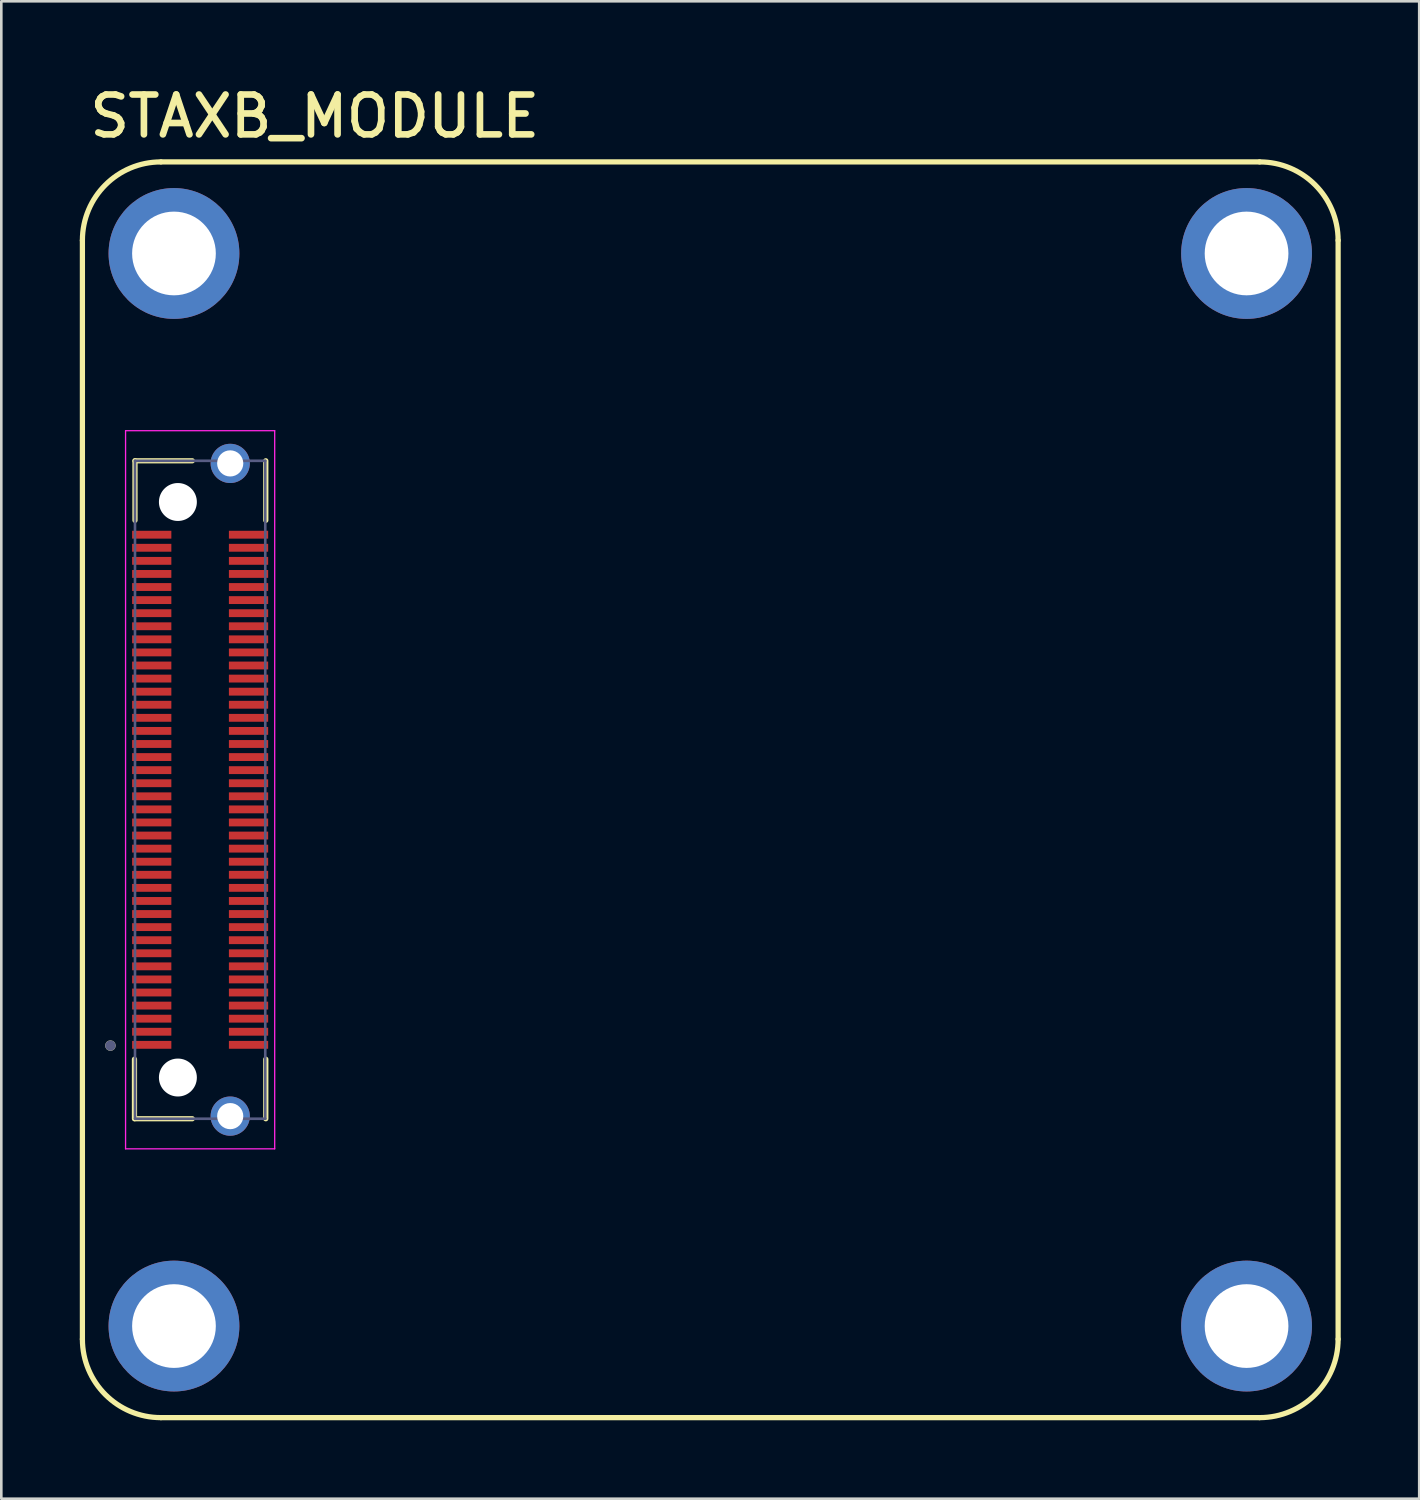
<source format=kicad_pcb>
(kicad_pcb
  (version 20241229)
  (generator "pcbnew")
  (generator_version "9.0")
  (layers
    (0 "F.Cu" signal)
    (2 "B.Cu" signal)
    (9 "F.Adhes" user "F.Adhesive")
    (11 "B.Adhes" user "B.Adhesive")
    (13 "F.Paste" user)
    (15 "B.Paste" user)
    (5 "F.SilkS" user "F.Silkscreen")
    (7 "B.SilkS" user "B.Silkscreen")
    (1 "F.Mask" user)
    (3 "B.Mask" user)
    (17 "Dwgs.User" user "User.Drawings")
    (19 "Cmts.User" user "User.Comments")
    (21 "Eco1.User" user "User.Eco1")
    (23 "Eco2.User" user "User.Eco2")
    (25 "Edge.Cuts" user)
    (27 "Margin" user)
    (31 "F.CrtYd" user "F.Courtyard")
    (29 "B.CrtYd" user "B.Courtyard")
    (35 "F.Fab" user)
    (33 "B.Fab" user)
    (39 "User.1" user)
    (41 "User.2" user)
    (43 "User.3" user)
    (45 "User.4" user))
  (footprint "STAXB_MODULE"
    (layer "F.Cu")
    (at 4.6 27.139)
    (property "Reference" "STAXB_MODULE" (at -4.348 -24.853 0) (unlocked yes) (layer "F.SilkS") (effects (font (size 1.524 1.524) (thickness 0.254)) (justify left bottom)))
    (fp_line (start -4.5 21) (end -4.5 -21) (stroke (width 0.2) (type solid)) (layer "F.SilkS"))
    (fp_line (start -2.51 12.575) (end -2.51 10.3) (stroke (width 0.2) (type solid)) (layer "F.SilkS"))
    (fp_line (start -2.49 -12.575) (end -0.3 -12.575) (stroke (width 0.2) (type solid)) (layer "F.SilkS"))
    (fp_line (start -2.49 -10.3) (end -2.49 -12.575) (stroke (width 0.2) (type solid)) (layer "F.SilkS"))
    (fp_line (start -2.49 12.575) (end -0.3 12.575) (stroke (width 0.2) (type solid)) (layer "F.SilkS"))
    (fp_line (start -1.5 -24) (end 40.5 -24) (stroke (width 0.2) (type solid)) (layer "F.SilkS"))
    (fp_line (start -1.5 24) (end 40.5 24) (stroke (width 0.2) (type solid)) (layer "F.SilkS"))
    (fp_line (start 2.51 -10.3) (end 2.51 -12.575) (stroke (width 0.2) (type solid)) (layer "F.SilkS"))
    (fp_line (start 2.51 12.575) (end 2.51 10.3) (stroke (width 0.2) (type solid)) (layer "F.SilkS"))
    (fp_line (start 43.5 21) (end 43.5 -21) (stroke (width 0.2) (type solid)) (layer "F.SilkS"))
    (fp_arc (start -4.5 -21) (mid -3.62132 -23.12132) (end -1.5 -24) (stroke (width 0.2) (type solid)) (layer "F.SilkS"))
    (fp_arc (start -1.5 24) (mid -3.62132 23.12132) (end -4.5 21) (stroke (width 0.2) (type solid)) (layer "F.SilkS"))
    (fp_arc (start 40.5 -24) (mid 42.62132 -23.12132) (end 43.5 -21) (stroke (width 0.2) (type solid)) (layer "F.SilkS"))
    (fp_arc (start 43.5 21) (mid 42.62132 23.12132) (end 40.5 24) (stroke (width 0.2) (type solid)) (layer "F.SilkS"))
    (fp_circle (center -3.429 9.779) (end -3.429 9.679) (stroke (width 0.2) (type solid)) (fill no) (layer "F.SilkS"))
    (fp_circle (center 1.15 -12.475) (end 1.65 -12.475) (stroke (width 1) (type solid)) (fill no) (layer "F.Paste"))
    (fp_circle (center 1.15 12.475) (end 1.65 12.475) (stroke (width 1) (type solid)) (fill no) (layer "F.Paste"))
    (fp_line (start -2.85 -13.725) (end 2.85 -13.725) (stroke (width 0.05) (type solid)) (layer "F.CrtYd"))
    (fp_line (start -2.85 13.725) (end -2.85 -13.725) (stroke (width 0.05) (type solid)) (layer "F.CrtYd"))
    (fp_line (start -2.85 13.725) (end 2.85 13.725) (stroke (width 0.05) (type solid)) (layer "F.CrtYd"))
    (fp_line (start 2.85 13.725) (end 2.85 -13.725) (stroke (width 0.05) (type solid)) (layer "F.CrtYd"))
    (fp_line (start -2.49 -12.575) (end 2.49 -12.575) (stroke (width 0.1) (type solid)) (layer "B.Fab"))
    (fp_line (start -2.49 12.575) (end -2.49 -12.575) (stroke (width 0.1) (type solid)) (layer "B.Fab"))
    (fp_line (start -2.49 12.575) (end 2.49 12.575) (stroke (width 0.1) (type solid)) (layer "B.Fab"))
    (fp_line (start 2.49 12.575) (end 2.49 -12.575) (stroke (width 0.1) (type solid)) (layer "B.Fab"))
    (fp_circle (center -3.429 9.779) (end -3.429 9.679) (stroke (width 0.2) (type solid)) (fill no) (layer "B.Fab"))
    (pad "" np_thru_hole circle (at -0.85 -11 270) (size 1.45 1.45) (drill 1.45) (layers "*.Cu" "*.Mask"))
    (pad "" np_thru_hole circle (at -0.85 11 270) (size 1.45 1.45) (drill 1.45) (layers "*.Cu" "*.Mask"))
    (pad "1" smd rect (at -1.85 9.75 270) (size 0.3 1.5) (layers "F.Cu" "F.Mask" "F.Paste"))
    (pad "2" smd rect (at 1.85 9.75 270) (size 0.3 1.5) (layers "F.Cu" "F.Mask" "F.Paste"))
    (pad "3" smd rect (at -1.85 9.25 270) (size 0.3 1.5) (layers "F.Cu" "F.Mask" "F.Paste"))
    (pad "4" smd rect (at 1.85 9.25 270) (size 0.3 1.5) (layers "F.Cu" "F.Mask" "F.Paste"))
    (pad "5" smd rect (at -1.85 8.75 270) (size 0.3 1.5) (layers "F.Cu" "F.Mask" "F.Paste"))
    (pad "6" smd rect (at 1.85 8.75 270) (size 0.3 1.5) (layers "F.Cu" "F.Mask" "F.Paste"))
    (pad "7" smd rect (at -1.85 8.25 270) (size 0.3 1.5) (layers "F.Cu" "F.Mask" "F.Paste"))
    (pad "8" smd rect (at 1.85 8.25 270) (size 0.3 1.5) (layers "F.Cu" "F.Mask" "F.Paste"))
    (pad "9" smd rect (at -1.85 7.75 270) (size 0.3 1.5) (layers "F.Cu" "F.Mask" "F.Paste"))
    (pad "10" smd rect (at 1.85 7.75 270) (size 0.3 1.5) (layers "F.Cu" "F.Mask" "F.Paste"))
    (pad "11" smd rect (at -1.85 7.25 270) (size 0.3 1.5) (layers "F.Cu" "F.Mask" "F.Paste"))
    (pad "12" smd rect (at 1.85 7.25 270) (size 0.3 1.5) (layers "F.Cu" "F.Mask" "F.Paste"))
    (pad "13" smd rect (at -1.85 6.75 270) (size 0.3 1.5) (layers "F.Cu" "F.Mask" "F.Paste"))
    (pad "14" smd rect (at 1.85 6.75 270) (size 0.3 1.5) (layers "F.Cu" "F.Mask" "F.Paste"))
    (pad "15" smd rect (at -1.85 6.25 270) (size 0.3 1.5) (layers "F.Cu" "F.Mask" "F.Paste"))
    (pad "16" smd rect (at 1.85 6.25 270) (size 0.3 1.5) (layers "F.Cu" "F.Mask" "F.Paste"))
    (pad "17" smd rect (at -1.85 5.75 270) (size 0.3 1.5) (layers "F.Cu" "F.Mask" "F.Paste"))
    (pad "18" smd rect (at 1.85 5.75 270) (size 0.3 1.5) (layers "F.Cu" "F.Mask" "F.Paste"))
    (pad "19" smd rect (at -1.85 5.25 270) (size 0.3 1.5) (layers "F.Cu" "F.Mask" "F.Paste"))
    (pad "20" smd rect (at 1.85 5.25 270) (size 0.3 1.5) (layers "F.Cu" "F.Mask" "F.Paste"))
    (pad "21" smd rect (at -1.85 4.75 270) (size 0.3 1.5) (layers "F.Cu" "F.Mask" "F.Paste"))
    (pad "22" smd rect (at 1.85 4.75 270) (size 0.3 1.5) (layers "F.Cu" "F.Mask" "F.Paste"))
    (pad "23" smd rect (at -1.85 4.25 270) (size 0.3 1.5) (layers "F.Cu" "F.Mask" "F.Paste"))
    (pad "24" smd rect (at 1.85 4.25 270) (size 0.3 1.5) (layers "F.Cu" "F.Mask" "F.Paste"))
    (pad "25" smd rect (at -1.85 3.75 270) (size 0.3 1.5) (layers "F.Cu" "F.Mask" "F.Paste"))
    (pad "26" smd rect (at 1.85 3.75 270) (size 0.3 1.5) (layers "F.Cu" "F.Mask" "F.Paste"))
    (pad "27" smd rect (at -1.85 3.25 270) (size 0.3 1.5) (layers "F.Cu" "F.Mask" "F.Paste"))
    (pad "28" smd rect (at 1.85 3.25 270) (size 0.3 1.5) (layers "F.Cu" "F.Mask" "F.Paste"))
    (pad "29" smd rect (at -1.85 2.75 270) (size 0.3 1.5) (layers "F.Cu" "F.Mask" "F.Paste"))
    (pad "30" smd rect (at 1.85 2.75 270) (size 0.3 1.5) (layers "F.Cu" "F.Mask" "F.Paste"))
    (pad "31" smd rect (at -1.85 2.25 270) (size 0.3 1.5) (layers "F.Cu" "F.Mask" "F.Paste"))
    (pad "32" smd rect (at 1.85 2.25 270) (size 0.3 1.5) (layers "F.Cu" "F.Mask" "F.Paste"))
    (pad "33" smd rect (at -1.85 1.75 270) (size 0.3 1.5) (layers "F.Cu" "F.Mask" "F.Paste"))
    (pad "34" smd rect (at 1.85 1.75 270) (size 0.3 1.5) (layers "F.Cu" "F.Mask" "F.Paste"))
    (pad "35" smd rect (at -1.85 1.25 270) (size 0.3 1.5) (layers "F.Cu" "F.Mask" "F.Paste"))
    (pad "36" smd rect (at 1.85 1.25 270) (size 0.3 1.5) (layers "F.Cu" "F.Mask" "F.Paste"))
    (pad "37" smd rect (at -1.85 0.75 270) (size 0.3 1.5) (layers "F.Cu" "F.Mask" "F.Paste"))
    (pad "38" smd rect (at 1.85 0.75 270) (size 0.3 1.5) (layers "F.Cu" "F.Mask" "F.Paste"))
    (pad "39" smd rect (at -1.85 0.25 270) (size 0.3 1.5) (layers "F.Cu" "F.Mask" "F.Paste"))
    (pad "40" smd rect (at 1.85 0.25 270) (size 0.3 1.5) (layers "F.Cu" "F.Mask" "F.Paste"))
    (pad "41" smd rect (at -1.85 -0.25 270) (size 0.3 1.5) (layers "F.Cu" "F.Mask" "F.Paste"))
    (pad "42" smd rect (at 1.85 -0.25 270) (size 0.3 1.5) (layers "F.Cu" "F.Mask" "F.Paste"))
    (pad "43" smd rect (at -1.85 -0.75 270) (size 0.3 1.5) (layers "F.Cu" "F.Mask" "F.Paste"))
    (pad "44" smd rect (at 1.85 -0.75 270) (size 0.3 1.5) (layers "F.Cu" "F.Mask" "F.Paste"))
    (pad "45" smd rect (at -1.85 -1.25 270) (size 0.3 1.5) (layers "F.Cu" "F.Mask" "F.Paste"))
    (pad "46" smd rect (at 1.85 -1.25 270) (size 0.3 1.5) (layers "F.Cu" "F.Mask" "F.Paste"))
    (pad "47" smd rect (at -1.85 -1.75 270) (size 0.3 1.5) (layers "F.Cu" "F.Mask" "F.Paste"))
    (pad "48" smd rect (at 1.85 -1.75 270) (size 0.3 1.5) (layers "F.Cu" "F.Mask" "F.Paste"))
    (pad "49" smd rect (at -1.85 -2.25 270) (size 0.3 1.5) (layers "F.Cu" "F.Mask" "F.Paste"))
    (pad "50" smd rect (at 1.85 -2.25 270) (size 0.3 1.5) (layers "F.Cu" "F.Mask" "F.Paste"))
    (pad "51" smd rect (at -1.85 -2.75 270) (size 0.3 1.5) (layers "F.Cu" "F.Mask" "F.Paste"))
    (pad "52" smd rect (at 1.85 -2.75 270) (size 0.3 1.5) (layers "F.Cu" "F.Mask" "F.Paste"))
    (pad "53" smd rect (at -1.85 -3.25 270) (size 0.3 1.5) (layers "F.Cu" "F.Mask" "F.Paste"))
    (pad "54" smd rect (at 1.85 -3.25 270) (size 0.3 1.5) (layers "F.Cu" "F.Mask" "F.Paste"))
    (pad "55" smd rect (at -1.85 -3.75 270) (size 0.3 1.5) (layers "F.Cu" "F.Mask" "F.Paste"))
    (pad "56" smd rect (at 1.85 -3.75 270) (size 0.3 1.5) (layers "F.Cu" "F.Mask" "F.Paste"))
    (pad "57" smd rect (at -1.85 -4.25 270) (size 0.3 1.5) (layers "F.Cu" "F.Mask" "F.Paste"))
    (pad "58" smd rect (at 1.85 -4.25 270) (size 0.3 1.5) (layers "F.Cu" "F.Mask" "F.Paste"))
    (pad "59" smd rect (at -1.85 -4.75 270) (size 0.3 1.5) (layers "F.Cu" "F.Mask" "F.Paste"))
    (pad "60" smd rect (at 1.85 -4.75 270) (size 0.3 1.5) (layers "F.Cu" "F.Mask" "F.Paste"))
    (pad "61" smd rect (at -1.85 -5.25 270) (size 0.3 1.5) (layers "F.Cu" "F.Mask" "F.Paste"))
    (pad "62" smd rect (at 1.85 -5.25 270) (size 0.3 1.5) (layers "F.Cu" "F.Mask" "F.Paste"))
    (pad "63" smd rect (at -1.85 -5.75 270) (size 0.3 1.5) (layers "F.Cu" "F.Mask" "F.Paste"))
    (pad "64" smd rect (at 1.85 -5.75 270) (size 0.3 1.5) (layers "F.Cu" "F.Mask" "F.Paste"))
    (pad "65" smd rect (at -1.85 -6.25 270) (size 0.3 1.5) (layers "F.Cu" "F.Mask" "F.Paste"))
    (pad "66" smd rect (at 1.85 -6.25 270) (size 0.3 1.5) (layers "F.Cu" "F.Mask" "F.Paste"))
    (pad "67" smd rect (at -1.85 -6.75 270) (size 0.3 1.5) (layers "F.Cu" "F.Mask" "F.Paste"))
    (pad "68" smd rect (at 1.85 -6.75 270) (size 0.3 1.5) (layers "F.Cu" "F.Mask" "F.Paste"))
    (pad "69" smd rect (at -1.85 -7.25 270) (size 0.3 1.5) (layers "F.Cu" "F.Mask" "F.Paste"))
    (pad "70" smd rect (at 1.85 -7.25 270) (size 0.3 1.5) (layers "F.Cu" "F.Mask" "F.Paste"))
    (pad "71" smd rect (at -1.85 -7.75 270) (size 0.3 1.5) (layers "F.Cu" "F.Mask" "F.Paste"))
    (pad "72" smd rect (at 1.85 -7.75 270) (size 0.3 1.5) (layers "F.Cu" "F.Mask" "F.Paste"))
    (pad "73" smd rect (at -1.85 -8.25 270) (size 0.3 1.5) (layers "F.Cu" "F.Mask" "F.Paste"))
    (pad "74" smd rect (at 1.85 -8.25 270) (size 0.3 1.5) (layers "F.Cu" "F.Mask" "F.Paste"))
    (pad "75" smd rect (at -1.85 -8.75 270) (size 0.3 1.5) (layers "F.Cu" "F.Mask" "F.Paste"))
    (pad "76" smd rect (at 1.85 -8.75 270) (size 0.3 1.5) (layers "F.Cu" "F.Mask" "F.Paste"))
    (pad "77" smd rect (at -1.85 -9.25 270) (size 0.3 1.5) (layers "F.Cu" "F.Mask" "F.Paste"))
    (pad "78" smd rect (at 1.85 -9.25 270) (size 0.3 1.5) (layers "F.Cu" "F.Mask" "F.Paste"))
    (pad "79" smd rect (at -1.85 -9.75 270) (size 0.3 1.5) (layers "F.Cu" "F.Mask" "F.Paste"))
    (pad "80" smd rect (at 1.85 -9.75 270) (size 0.3 1.5) (layers "F.Cu" "F.Mask" "F.Paste"))
    (pad "MH1" thru_hole circle (at -1 -20.5) (size 5 5) (drill 3.2) (layers "*.Cu" "*.Mask"))
    (pad "MH2" thru_hole circle (at 40 -20.5) (size 5 5) (drill 3.2) (layers "*.Cu" "*.Mask"))
    (pad "MH3" thru_hole circle (at -1 20.5) (size 5 5) (drill 3.2) (layers "*.Cu" "*.Mask"))
    (pad "MH4" thru_hole circle (at 40 20.5) (size 5 5) (drill 3.2) (layers "*.Cu" "*.Mask"))
    (pad "S1" thru_hole circle (at 1.15 12.475 270) (size 1.5 1.5) (drill 1) (layers "*.Cu" "*.Mask"))
    (pad "S2" thru_hole circle (at 1.15 -12.475 270) (size 1.5 1.5) (drill 1) (layers "*.Cu" "*.Mask")))
  (gr_rect
    (start -3 -3)
    (end 51.2 54.239)
    (stroke (width 0.1) (type default))
    (fill no)
    (layer "Edge.Cuts")))
</source>
